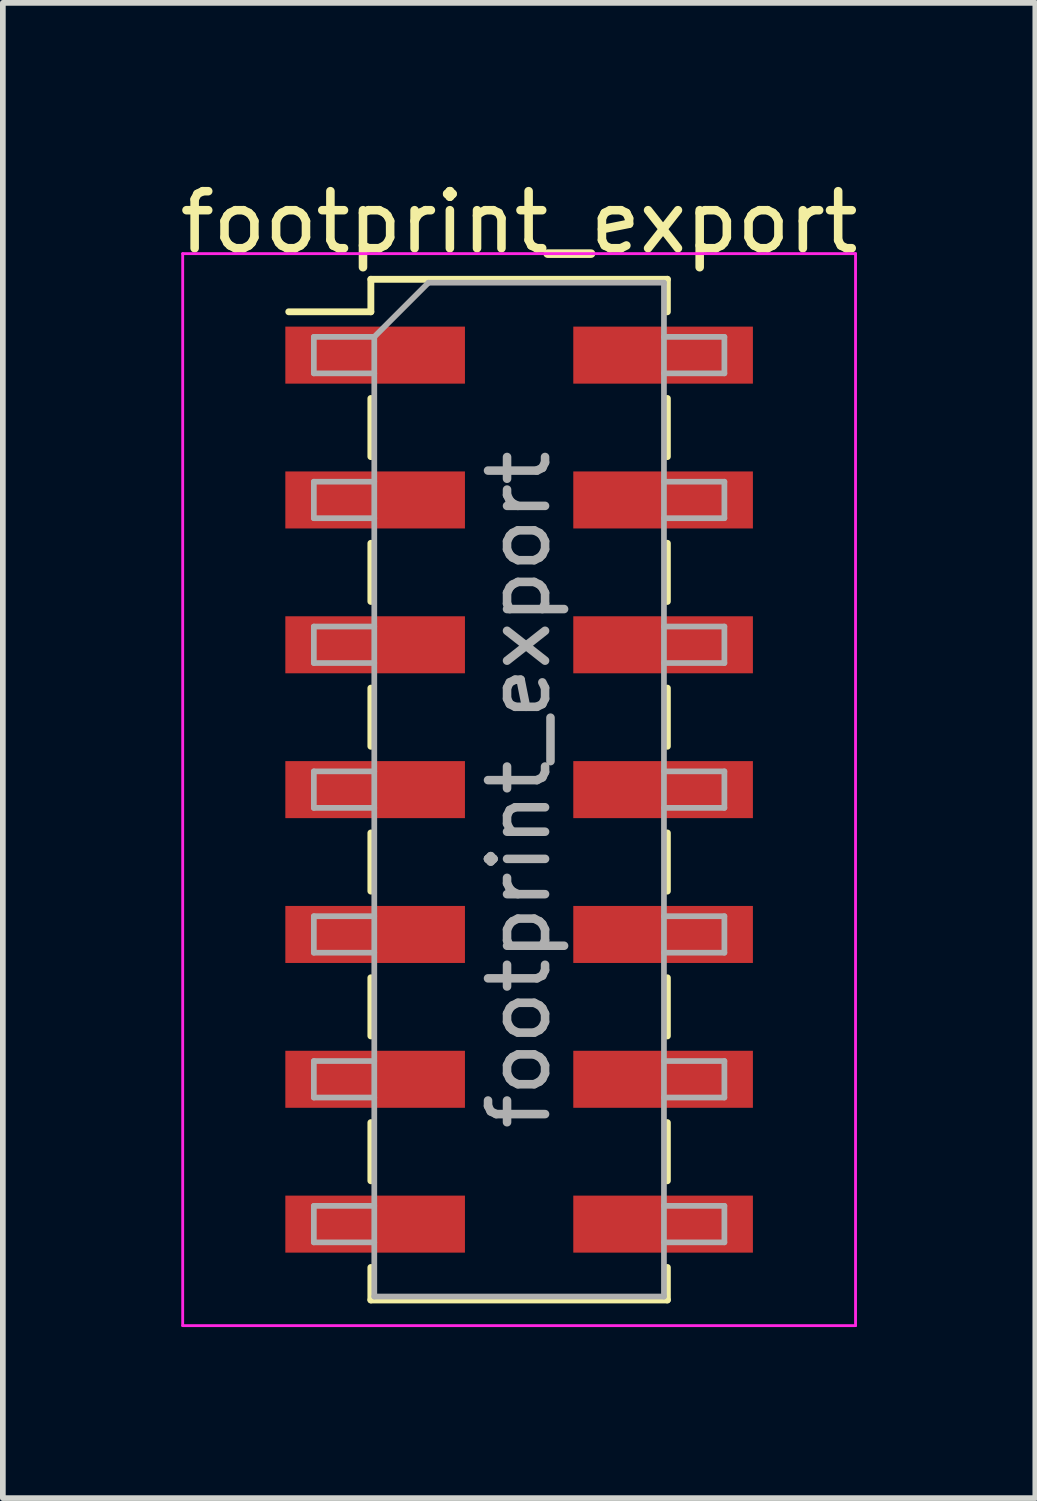
<source format=kicad_pcb>
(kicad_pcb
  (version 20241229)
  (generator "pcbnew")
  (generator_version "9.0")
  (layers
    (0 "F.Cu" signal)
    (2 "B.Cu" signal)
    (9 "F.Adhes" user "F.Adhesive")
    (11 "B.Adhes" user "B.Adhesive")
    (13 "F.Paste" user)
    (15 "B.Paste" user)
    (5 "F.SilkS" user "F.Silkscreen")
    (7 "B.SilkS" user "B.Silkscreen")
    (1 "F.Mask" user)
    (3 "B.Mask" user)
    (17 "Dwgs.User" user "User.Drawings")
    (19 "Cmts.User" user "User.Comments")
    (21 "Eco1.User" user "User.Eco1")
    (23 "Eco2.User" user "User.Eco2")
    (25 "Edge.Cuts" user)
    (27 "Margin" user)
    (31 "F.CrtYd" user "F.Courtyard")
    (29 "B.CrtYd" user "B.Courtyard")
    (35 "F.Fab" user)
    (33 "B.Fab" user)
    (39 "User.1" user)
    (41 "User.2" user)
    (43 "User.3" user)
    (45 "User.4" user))
  (footprint "footprint_export"
    (layer "F.Cu")
    (at 6.054 10.798)
    (property "Reference" "footprint_export" (at 0 -9.95 0) (layer "F.SilkS") (effects (font (size 1 1) (thickness 0.15))))
    (attr smd)
    (fp_line (start -4.04 -8.38) (end -2.6 -8.38) (stroke (width 0.12) (type solid)) (layer "F.SilkS"))
    (fp_line (start -2.6 -8.95) (end -2.6 -8.38) (stroke (width 0.12) (type solid)) (layer "F.SilkS"))
    (fp_line (start -2.6 -8.95) (end 2.6 -8.95) (stroke (width 0.12) (type solid)) (layer "F.SilkS"))
    (fp_line (start -2.6 -6.86) (end -2.6 -5.84) (stroke (width 0.12) (type solid)) (layer "F.SilkS"))
    (fp_line (start -2.6 -4.32) (end -2.6 -3.3) (stroke (width 0.12) (type solid)) (layer "F.SilkS"))
    (fp_line (start -2.6 -1.78) (end -2.6 -0.76) (stroke (width 0.12) (type solid)) (layer "F.SilkS"))
    (fp_line (start -2.6 0.76) (end -2.6 1.78) (stroke (width 0.12) (type solid)) (layer "F.SilkS"))
    (fp_line (start -2.6 3.3) (end -2.6 4.32) (stroke (width 0.12) (type solid)) (layer "F.SilkS"))
    (fp_line (start -2.6 5.84) (end -2.6 6.86) (stroke (width 0.12) (type solid)) (layer "F.SilkS"))
    (fp_line (start -2.6 8.38) (end -2.6 8.95) (stroke (width 0.12) (type solid)) (layer "F.SilkS"))
    (fp_line (start -2.6 8.95) (end 2.6 8.95) (stroke (width 0.12) (type solid)) (layer "F.SilkS"))
    (fp_line (start 2.6 -8.95) (end 2.6 -8.38) (stroke (width 0.12) (type solid)) (layer "F.SilkS"))
    (fp_line (start 2.6 -6.86) (end 2.6 -5.84) (stroke (width 0.12) (type solid)) (layer "F.SilkS"))
    (fp_line (start 2.6 -4.32) (end 2.6 -3.3) (stroke (width 0.12) (type solid)) (layer "F.SilkS"))
    (fp_line (start 2.6 -1.78) (end 2.6 -0.76) (stroke (width 0.12) (type solid)) (layer "F.SilkS"))
    (fp_line (start 2.6 0.76) (end 2.6 1.78) (stroke (width 0.12) (type solid)) (layer "F.SilkS"))
    (fp_line (start 2.6 3.3) (end 2.6 4.32) (stroke (width 0.12) (type solid)) (layer "F.SilkS"))
    (fp_line (start 2.6 5.84) (end 2.6 6.86) (stroke (width 0.12) (type solid)) (layer "F.SilkS"))
    (fp_line (start 2.6 8.38) (end 2.6 8.95) (stroke (width 0.12) (type solid)) (layer "F.SilkS"))
    (fp_line (start -5.9 -9.4) (end -5.9 9.4) (stroke (width 0.05) (type solid)) (layer "F.CrtYd"))
    (fp_line (start -5.9 9.4) (end 5.9 9.4) (stroke (width 0.05) (type solid)) (layer "F.CrtYd"))
    (fp_line (start 5.9 -9.4) (end -5.9 -9.4) (stroke (width 0.05) (type solid)) (layer "F.CrtYd"))
    (fp_line (start 5.9 9.4) (end 5.9 -9.4) (stroke (width 0.05) (type solid)) (layer "F.CrtYd"))
    (fp_line (start -3.6 -7.94) (end -3.6 -7.3) (stroke (width 0.1) (type solid)) (layer "F.Fab"))
    (fp_line (start -3.6 -7.3) (end -2.54 -7.3) (stroke (width 0.1) (type solid)) (layer "F.Fab"))
    (fp_line (start -3.6 -5.4) (end -3.6 -4.76) (stroke (width 0.1) (type solid)) (layer "F.Fab"))
    (fp_line (start -3.6 -4.76) (end -2.54 -4.76) (stroke (width 0.1) (type solid)) (layer "F.Fab"))
    (fp_line (start -3.6 -2.86) (end -3.6 -2.22) (stroke (width 0.1) (type solid)) (layer "F.Fab"))
    (fp_line (start -3.6 -2.22) (end -2.54 -2.22) (stroke (width 0.1) (type solid)) (layer "F.Fab"))
    (fp_line (start -3.6 -0.32) (end -3.6 0.32) (stroke (width 0.1) (type solid)) (layer "F.Fab"))
    (fp_line (start -3.6 0.32) (end -2.54 0.32) (stroke (width 0.1) (type solid)) (layer "F.Fab"))
    (fp_line (start -3.6 2.22) (end -3.6 2.86) (stroke (width 0.1) (type solid)) (layer "F.Fab"))
    (fp_line (start -3.6 2.86) (end -2.54 2.86) (stroke (width 0.1) (type solid)) (layer "F.Fab"))
    (fp_line (start -3.6 4.76) (end -3.6 5.4) (stroke (width 0.1) (type solid)) (layer "F.Fab"))
    (fp_line (start -3.6 5.4) (end -2.54 5.4) (stroke (width 0.1) (type solid)) (layer "F.Fab"))
    (fp_line (start -3.6 7.3) (end -3.6 7.94) (stroke (width 0.1) (type solid)) (layer "F.Fab"))
    (fp_line (start -3.6 7.94) (end -2.54 7.94) (stroke (width 0.1) (type solid)) (layer "F.Fab"))
    (fp_line (start -2.54 -7.94) (end -3.6 -7.94) (stroke (width 0.1) (type solid)) (layer "F.Fab"))
    (fp_line (start -2.54 -7.94) (end -1.59 -8.89) (stroke (width 0.1) (type solid)) (layer "F.Fab"))
    (fp_line (start -2.54 -5.4) (end -3.6 -5.4) (stroke (width 0.1) (type solid)) (layer "F.Fab"))
    (fp_line (start -2.54 -2.86) (end -3.6 -2.86) (stroke (width 0.1) (type solid)) (layer "F.Fab"))
    (fp_line (start -2.54 -0.32) (end -3.6 -0.32) (stroke (width 0.1) (type solid)) (layer "F.Fab"))
    (fp_line (start -2.54 2.22) (end -3.6 2.22) (stroke (width 0.1) (type solid)) (layer "F.Fab"))
    (fp_line (start -2.54 4.76) (end -3.6 4.76) (stroke (width 0.1) (type solid)) (layer "F.Fab"))
    (fp_line (start -2.54 7.3) (end -3.6 7.3) (stroke (width 0.1) (type solid)) (layer "F.Fab"))
    (fp_line (start -2.54 8.89) (end -2.54 -7.94) (stroke (width 0.1) (type solid)) (layer "F.Fab"))
    (fp_line (start -1.59 -8.89) (end 2.54 -8.89) (stroke (width 0.1) (type solid)) (layer "F.Fab"))
    (fp_line (start 2.54 -8.89) (end 2.54 8.89) (stroke (width 0.1) (type solid)) (layer "F.Fab"))
    (fp_line (start 2.54 -7.94) (end 3.6 -7.94) (stroke (width 0.1) (type solid)) (layer "F.Fab"))
    (fp_line (start 2.54 -5.4) (end 3.6 -5.4) (stroke (width 0.1) (type solid)) (layer "F.Fab"))
    (fp_line (start 2.54 -2.86) (end 3.6 -2.86) (stroke (width 0.1) (type solid)) (layer "F.Fab"))
    (fp_line (start 2.54 -0.32) (end 3.6 -0.32) (stroke (width 0.1) (type solid)) (layer "F.Fab"))
    (fp_line (start 2.54 2.22) (end 3.6 2.22) (stroke (width 0.1) (type solid)) (layer "F.Fab"))
    (fp_line (start 2.54 4.76) (end 3.6 4.76) (stroke (width 0.1) (type solid)) (layer "F.Fab"))
    (fp_line (start 2.54 7.3) (end 3.6 7.3) (stroke (width 0.1) (type solid)) (layer "F.Fab"))
    (fp_line (start 2.54 8.89) (end -2.54 8.89) (stroke (width 0.1) (type solid)) (layer "F.Fab"))
    (fp_line (start 3.6 -7.94) (end 3.6 -7.3) (stroke (width 0.1) (type solid)) (layer "F.Fab"))
    (fp_line (start 3.6 -7.3) (end 2.54 -7.3) (stroke (width 0.1) (type solid)) (layer "F.Fab"))
    (fp_line (start 3.6 -5.4) (end 3.6 -4.76) (stroke (width 0.1) (type solid)) (layer "F.Fab"))
    (fp_line (start 3.6 -4.76) (end 2.54 -4.76) (stroke (width 0.1) (type solid)) (layer "F.Fab"))
    (fp_line (start 3.6 -2.86) (end 3.6 -2.22) (stroke (width 0.1) (type solid)) (layer "F.Fab"))
    (fp_line (start 3.6 -2.22) (end 2.54 -2.22) (stroke (width 0.1) (type solid)) (layer "F.Fab"))
    (fp_line (start 3.6 -0.32) (end 3.6 0.32) (stroke (width 0.1) (type solid)) (layer "F.Fab"))
    (fp_line (start 3.6 0.32) (end 2.54 0.32) (stroke (width 0.1) (type solid)) (layer "F.Fab"))
    (fp_line (start 3.6 2.22) (end 3.6 2.86) (stroke (width 0.1) (type solid)) (layer "F.Fab"))
    (fp_line (start 3.6 2.86) (end 2.54 2.86) (stroke (width 0.1) (type solid)) (layer "F.Fab"))
    (fp_line (start 3.6 4.76) (end 3.6 5.4) (stroke (width 0.1) (type solid)) (layer "F.Fab"))
    (fp_line (start 3.6 5.4) (end 2.54 5.4) (stroke (width 0.1) (type solid)) (layer "F.Fab"))
    (fp_line (start 3.6 7.3) (end 3.6 7.94) (stroke (width 0.1) (type solid)) (layer "F.Fab"))
    (fp_line (start 3.6 7.94) (end 2.54 7.94) (stroke (width 0.1) (type solid)) (layer "F.Fab"))
    (fp_text user "${REFERENCE}" (at 0 0 90) (layer "F.Fab") (effects (font (size 1 1) (thickness 0.15))))
    (pad "1" smd rect (at -2.525 -7.62) (size 3.15 1) (layers "F.Cu" "F.Mask" "F.Paste"))
    (pad "2" smd rect (at 2.525 -7.62) (size 3.15 1) (layers "F.Cu" "F.Mask" "F.Paste"))
    (pad "3" smd rect (at -2.525 -5.08) (size 3.15 1) (layers "F.Cu" "F.Mask" "F.Paste"))
    (pad "4" smd rect (at 2.525 -5.08) (size 3.15 1) (layers "F.Cu" "F.Mask" "F.Paste"))
    (pad "5" smd rect (at -2.525 -2.54) (size 3.15 1) (layers "F.Cu" "F.Mask" "F.Paste"))
    (pad "6" smd rect (at 2.525 -2.54) (size 3.15 1) (layers "F.Cu" "F.Mask" "F.Paste"))
    (pad "7" smd rect (at -2.525 0) (size 3.15 1) (layers "F.Cu" "F.Mask" "F.Paste"))
    (pad "8" smd rect (at 2.525 0) (size 3.15 1) (layers "F.Cu" "F.Mask" "F.Paste"))
    (pad "9" smd rect (at -2.525 2.54) (size 3.15 1) (layers "F.Cu" "F.Mask" "F.Paste"))
    (pad "10" smd rect (at 2.525 2.54) (size 3.15 1) (layers "F.Cu" "F.Mask" "F.Paste"))
    (pad "11" smd rect (at -2.525 5.08) (size 3.15 1) (layers "F.Cu" "F.Mask" "F.Paste"))
    (pad "12" smd rect (at 2.525 5.08) (size 3.15 1) (layers "F.Cu" "F.Mask" "F.Paste"))
    (pad "13" smd rect (at -2.525 7.62) (size 3.15 1) (layers "F.Cu" "F.Mask" "F.Paste"))
    (pad "14" smd rect (at 2.525 7.62) (size 3.15 1) (layers "F.Cu" "F.Mask" "F.Paste")))
  (gr_rect
    (start -3 -3)
    (end 15.107 23.223)
    (stroke (width 0.1) (type default))
    (fill no)
    (layer "Edge.Cuts")))
</source>
